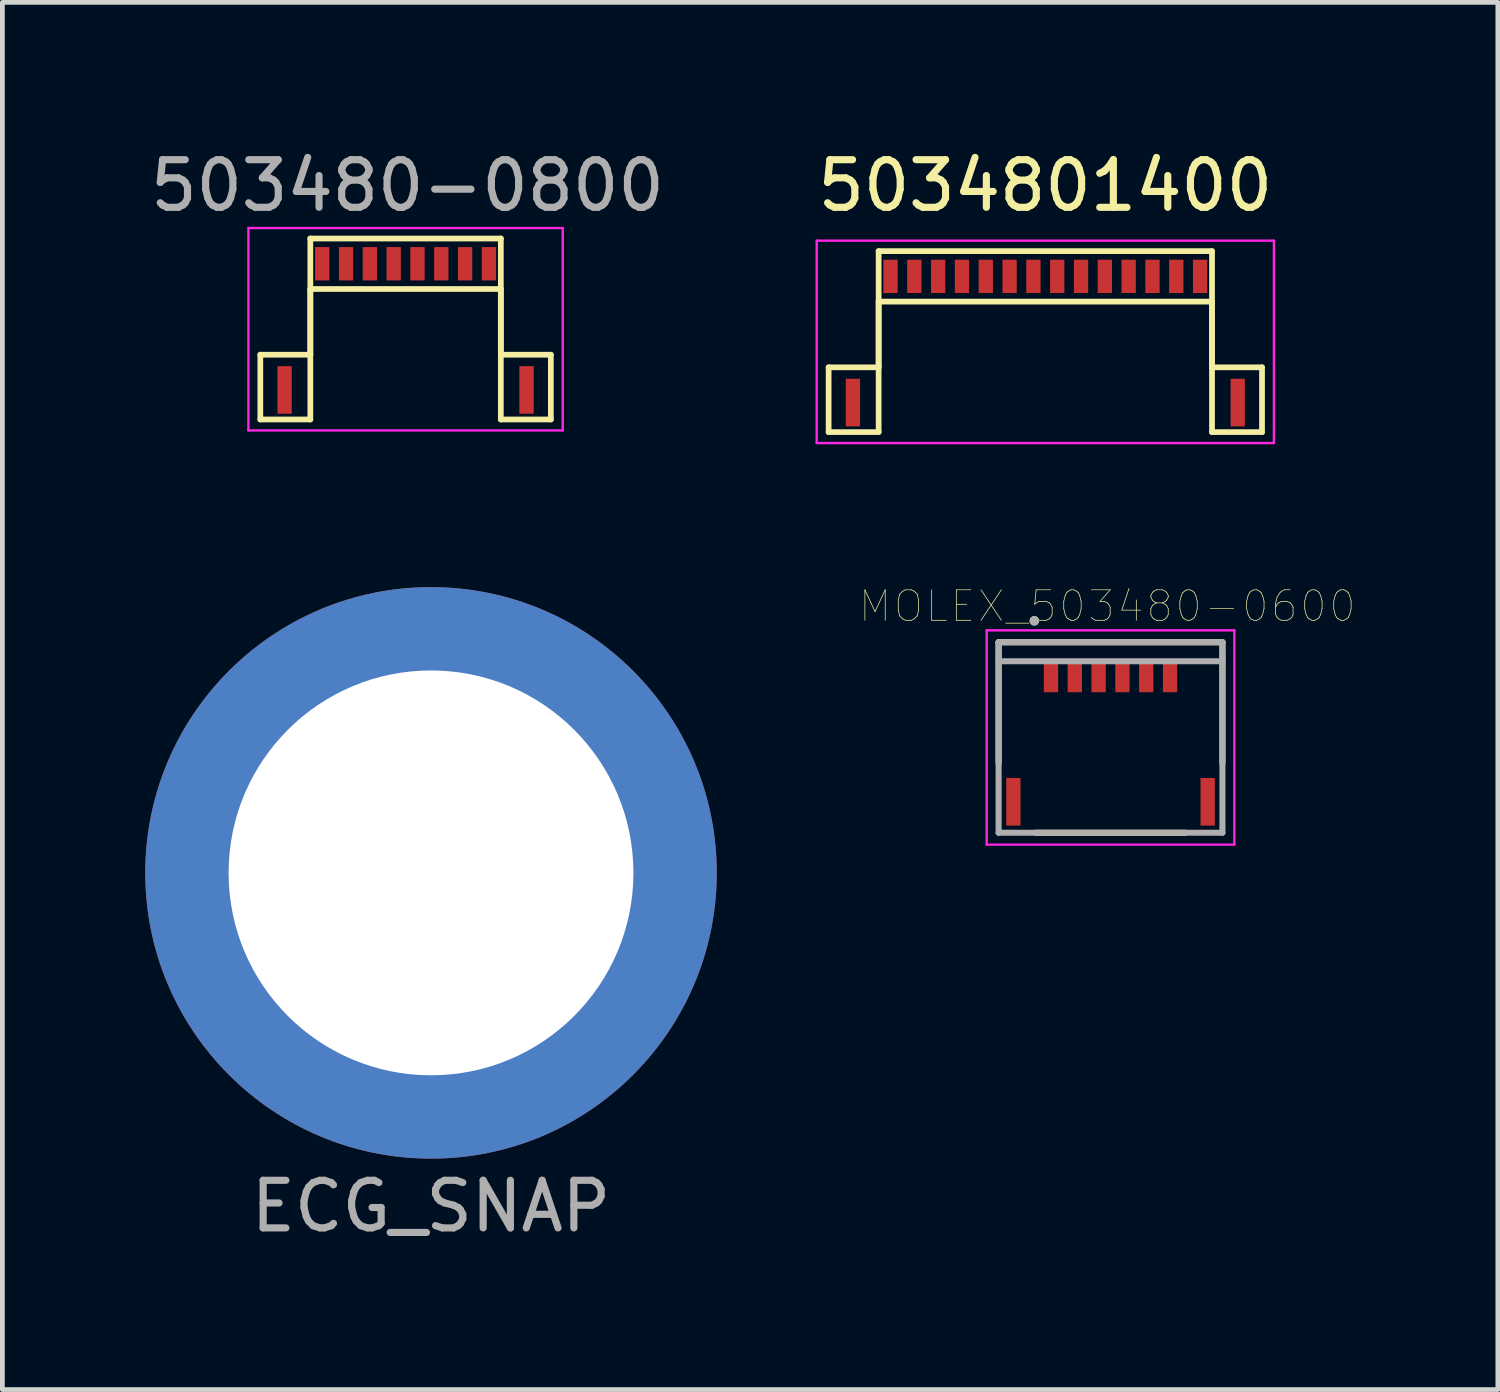
<source format=kicad_pcb>
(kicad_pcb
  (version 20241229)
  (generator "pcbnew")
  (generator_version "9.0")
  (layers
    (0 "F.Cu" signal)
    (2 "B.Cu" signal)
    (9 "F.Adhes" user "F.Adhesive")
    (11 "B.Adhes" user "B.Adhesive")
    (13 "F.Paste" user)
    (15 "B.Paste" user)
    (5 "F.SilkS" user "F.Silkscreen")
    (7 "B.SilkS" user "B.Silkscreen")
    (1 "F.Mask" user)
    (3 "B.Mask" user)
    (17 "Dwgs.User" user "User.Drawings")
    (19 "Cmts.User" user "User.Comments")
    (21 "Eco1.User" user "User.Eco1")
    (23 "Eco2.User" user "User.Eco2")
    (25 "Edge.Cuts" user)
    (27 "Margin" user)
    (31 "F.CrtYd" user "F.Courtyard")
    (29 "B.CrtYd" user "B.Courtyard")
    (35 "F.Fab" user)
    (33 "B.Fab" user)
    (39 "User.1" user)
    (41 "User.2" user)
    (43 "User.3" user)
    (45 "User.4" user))
  (footprint "ECG_SNAP"
    (layer "F.Cu")
    (at 6 15.278)
    (property "Reference" "ECG_SNAP" (at 0 7 180) (layer "F.Fab") (effects (font (size 1 1) (thickness 0.15))))
    (attr through_hole)
    (pad "1" thru_hole circle (at 0 0) (size 12 12) (drill 8.5) (layers "*.Cu" "*.Mask")))
  (footprint "503480-0800"
    (layer "F.Cu")
    (at 5.466 2.488)
    (property "Reference" "503480-0800" (at 0.04 -1.64 0) (layer "F.Fab") (effects (font (size 1 1) (thickness 0.15))))
    (attr smd)
    (fp_line (start -3.05 1.91) (end -2 1.91) (stroke (width 0.12) (type solid)) (layer "F.SilkS"))
    (fp_line (start -3.05 3.27) (end -3.05 1.91) (stroke (width 0.12) (type solid)) (layer "F.SilkS"))
    (fp_line (start -2 -0.53) (end 2 -0.53) (stroke (width 0.12) (type solid)) (layer "F.SilkS"))
    (fp_line (start -2 0.53) (end -2 3.27) (stroke (width 0.12) (type solid)) (layer "F.SilkS"))
    (fp_line (start -2 0.53) (end 2 0.53) (stroke (width 0.12) (type solid)) (layer "F.SilkS"))
    (fp_line (start -2 1.91) (end -2 -0.53) (stroke (width 0.12) (type solid)) (layer "F.SilkS"))
    (fp_line (start -2 3.27) (end -3.05 3.27) (stroke (width 0.12) (type solid)) (layer "F.SilkS"))
    (fp_line (start 2 0.53) (end 2 3.27) (stroke (width 0.12) (type solid)) (layer "F.SilkS"))
    (fp_line (start 2 1.91) (end 2 -0.53) (stroke (width 0.12) (type solid)) (layer "F.SilkS"))
    (fp_line (start 2 3.27) (end 3.05 3.27) (stroke (width 0.12) (type solid)) (layer "F.SilkS"))
    (fp_line (start 3.05 1.91) (end 2 1.91) (stroke (width 0.12) (type solid)) (layer "F.SilkS"))
    (fp_line (start 3.05 3.27) (end 3.05 1.91) (stroke (width 0.12) (type solid)) (layer "F.SilkS"))
    (fp_line (start -3.3 -0.75) (end -3.3 3.5) (stroke (width 0.05) (type solid)) (layer "F.CrtYd"))
    (fp_line (start -3.3 -0.75) (end 3.3 -0.75) (stroke (width 0.05) (type solid)) (layer "F.CrtYd"))
    (fp_line (start -3.3 3.5) (end 3.3 3.5) (stroke (width 0.05) (type solid)) (layer "F.CrtYd"))
    (fp_line (start 3.3 -0.75) (end 3.3 3.5) (stroke (width 0.05) (type solid)) (layer "F.CrtYd"))
    (pad "0" smd rect (at -2.54 2.65) (size 0.3 1) (layers "F.Cu" "F.Mask" "F.Paste"))
    (pad "0" smd rect (at 2.54 2.65) (size 0.3 1) (layers "F.Cu" "F.Mask" "F.Paste"))
    (pad "1" smd rect (at -1.75 0) (size 0.3 0.7) (layers "F.Cu" "F.Mask" "F.Paste"))
    (pad "2" smd rect (at -1.25 0) (size 0.3 0.7) (layers "F.Cu" "F.Mask" "F.Paste"))
    (pad "3" smd rect (at -0.75 0) (size 0.3 0.7) (layers "F.Cu" "F.Mask" "F.Paste"))
    (pad "4" smd rect (at -0.25 0) (size 0.3 0.7) (layers "F.Cu" "F.Mask" "F.Paste"))
    (pad "5" smd rect (at 0.25 0) (size 0.3 0.7) (layers "F.Cu" "F.Mask" "F.Paste"))
    (pad "6" smd rect (at 0.75 0) (size 0.3 0.7) (layers "F.Cu" "F.Mask" "F.Paste"))
    (pad "7" smd rect (at 1.25 0) (size 0.3 0.7) (layers "F.Cu" "F.Mask" "F.Paste"))
    (pad "8" smd rect (at 1.75 0) (size 0.3 0.7) (layers "F.Cu" "F.Mask" "F.Paste")))
  (footprint "5034801400"
    (layer "F.Cu")
    (at 18.899 2.753)
    (property "Reference" "5034801400" (at 0 -1.905 0) (layer "F.SilkS") (effects (font (size 1 1) (thickness 0.15))))
    (attr smd)
    (fp_line (start -4.55 1.91) (end -3.5 1.91) (stroke (width 0.12) (type solid)) (layer "F.SilkS"))
    (fp_line (start -4.55 3.27) (end -4.55 1.91) (stroke (width 0.12) (type solid)) (layer "F.SilkS"))
    (fp_line (start -3.5 -0.53) (end 3.5 -0.53) (stroke (width 0.12) (type solid)) (layer "F.SilkS"))
    (fp_line (start -3.5 0.53) (end -3.5 3.27) (stroke (width 0.12) (type solid)) (layer "F.SilkS"))
    (fp_line (start -3.5 0.53) (end 3.5 0.53) (stroke (width 0.12) (type solid)) (layer "F.SilkS"))
    (fp_line (start -3.5 1.91) (end -3.5 -0.53) (stroke (width 0.12) (type solid)) (layer "F.SilkS"))
    (fp_line (start -3.5 3.27) (end -4.55 3.27) (stroke (width 0.12) (type solid)) (layer "F.SilkS"))
    (fp_line (start 3.5 0.53) (end 3.5 3.27) (stroke (width 0.12) (type solid)) (layer "F.SilkS"))
    (fp_line (start 3.5 1.91) (end 3.5 -0.53) (stroke (width 0.12) (type solid)) (layer "F.SilkS"))
    (fp_line (start 3.5 3.27) (end 4.55 3.27) (stroke (width 0.12) (type solid)) (layer "F.SilkS"))
    (fp_line (start 4.55 1.91) (end 3.5 1.91) (stroke (width 0.12) (type solid)) (layer "F.SilkS"))
    (fp_line (start 4.55 3.27) (end 4.55 1.91) (stroke (width 0.12) (type solid)) (layer "F.SilkS"))
    (fp_line (start -4.8 -0.75) (end -4.8 3.5) (stroke (width 0.05) (type solid)) (layer "F.CrtYd"))
    (fp_line (start -4.8 -0.75) (end 4.8 -0.75) (stroke (width 0.05) (type solid)) (layer "F.CrtYd"))
    (fp_line (start -4.8 3.5) (end 4.8 3.5) (stroke (width 0.05) (type solid)) (layer "F.CrtYd"))
    (fp_line (start 4.8 -0.75) (end 4.8 3.5) (stroke (width 0.05) (type solid)) (layer "F.CrtYd"))
    (pad "1" smd rect (at -3.25 0) (size 0.3 0.7) (layers "F.Cu" "F.Mask" "F.Paste"))
    (pad "2" smd rect (at -2.75 0) (size 0.3 0.7) (layers "F.Cu" "F.Mask" "F.Paste"))
    (pad "3" smd rect (at -2.25 0) (size 0.3 0.7) (layers "F.Cu" "F.Mask" "F.Paste"))
    (pad "4" smd rect (at -1.75 0) (size 0.3 0.7) (layers "F.Cu" "F.Mask" "F.Paste"))
    (pad "5" smd rect (at -1.25 0) (size 0.3 0.7) (layers "F.Cu" "F.Mask" "F.Paste"))
    (pad "6" smd rect (at -0.75 0) (size 0.3 0.7) (layers "F.Cu" "F.Mask" "F.Paste"))
    (pad "7" smd rect (at -0.25 0) (size 0.3 0.7) (layers "F.Cu" "F.Mask" "F.Paste"))
    (pad "8" smd rect (at 0.25 0) (size 0.3 0.7) (layers "F.Cu" "F.Mask" "F.Paste"))
    (pad "9" smd rect (at 0.75 0) (size 0.3 0.7) (layers "F.Cu" "F.Mask" "F.Paste"))
    (pad "10" smd rect (at 1.25 0) (size 0.3 0.7) (layers "F.Cu" "F.Mask" "F.Paste"))
    (pad "11" smd rect (at 1.75 0) (size 0.3 0.7) (layers "F.Cu" "F.Mask" "F.Paste"))
    (pad "12" smd rect (at 2.25 0) (size 0.3 0.7) (layers "F.Cu" "F.Mask" "F.Paste"))
    (pad "13" smd rect (at 2.75 0) (size 0.3 0.7) (layers "F.Cu" "F.Mask" "F.Paste"))
    (pad "14" smd rect (at 3.25 0) (size 0.3 0.7) (layers "F.Cu" "F.Mask" "F.Paste"))
    (pad "SH" smd rect (at -4.04 2.65) (size 0.3 1) (layers "F.Cu" "F.Mask" "F.Paste"))
    (pad "SH" smd rect (at 4.04 2.65) (size 0.3 1) (layers "F.Cu" "F.Mask" "F.Paste")))
  (footprint "MOLEX_503480-0600"
    (layer "F.Cu")
    (at 20.268 12.535)
    (property "Reference" "MOLEX_503480-0600" (at -0.068 -2.856 0) (layer "F.SilkS") (effects (font (size 0.64 0.64) (thickness 0.015))))
    (attr through_hole)
    (fp_line (start -2.35 -2.1) (end -2.35 0.43) (stroke (width 0.127) (type solid)) (layer "F.SilkS"))
    (fp_line (start -2.35 -2.1) (end 2.35 -2.1) (stroke (width 0.127) (type solid)) (layer "F.SilkS"))
    (fp_line (start -1.57 1.9) (end 1.57 1.9) (stroke (width 0.127) (type solid)) (layer "F.SilkS"))
    (fp_line (start 2.35 -2.1) (end 2.35 0.43) (stroke (width 0.127) (type solid)) (layer "F.SilkS"))
    (fp_circle (center -1.6 -2.55) (end -1.55 -2.55) (stroke (width 0.1) (type solid)) (fill no) (layer "F.SilkS"))
    (fp_line (start -2.6 -2.35) (end -2.6 2.15) (stroke (width 0.05) (type solid)) (layer "F.CrtYd"))
    (fp_line (start -2.6 2.15) (end 2.6 2.15) (stroke (width 0.05) (type solid)) (layer "F.CrtYd"))
    (fp_line (start 2.6 -2.35) (end -2.6 -2.35) (stroke (width 0.05) (type solid)) (layer "F.CrtYd"))
    (fp_line (start 2.6 2.15) (end 2.6 -2.35) (stroke (width 0.05) (type solid)) (layer "F.CrtYd"))
    (fp_line (start -2.35 -2.1) (end 2.35 -2.1) (stroke (width 0.127) (type solid)) (layer "F.Fab"))
    (fp_line (start -2.35 -1.7) (end -2.35 -2.1) (stroke (width 0.127) (type solid)) (layer "F.Fab"))
    (fp_line (start -2.35 -1.7) (end 2.35 -1.7) (stroke (width 0.127) (type solid)) (layer "F.Fab"))
    (fp_line (start -2.35 1.9) (end -2.35 -1.7) (stroke (width 0.127) (type solid)) (layer "F.Fab"))
    (fp_line (start 2.35 -2.1) (end 2.35 -1.7) (stroke (width 0.127) (type solid)) (layer "F.Fab"))
    (fp_line (start 2.35 -1.7) (end 2.35 1.9) (stroke (width 0.127) (type solid)) (layer "F.Fab"))
    (fp_line (start 2.35 1.9) (end -2.35 1.9) (stroke (width 0.127) (type solid)) (layer "F.Fab"))
    (fp_circle (center -1.6 -2.55) (end -1.55 -2.55) (stroke (width 0.1) (type solid)) (fill no) (layer "F.Fab"))
    (pad "1" smd rect (at -1.25 -1.4) (size 0.3 0.7) (layers "F.Cu" "F.Mask" "F.Paste"))
    (pad "2" smd rect (at -0.75 -1.4) (size 0.3 0.7) (layers "F.Cu" "F.Mask" "F.Paste"))
    (pad "3" smd rect (at -0.25 -1.4) (size 0.3 0.7) (layers "F.Cu" "F.Mask" "F.Paste"))
    (pad "4" smd rect (at 0.25 -1.4) (size 0.3 0.7) (layers "F.Cu" "F.Mask" "F.Paste"))
    (pad "5" smd rect (at 0.75 -1.4) (size 0.3 0.7) (layers "F.Cu" "F.Mask" "F.Paste"))
    (pad "6" smd rect (at 1.25 -1.4) (size 0.3 0.7) (layers "F.Cu" "F.Mask" "F.Paste"))
    (pad "S1" smd rect (at -2.04 1.25) (size 0.3 1) (layers "F.Cu" "F.Mask" "F.Paste"))
    (pad "S2" smd rect (at 2.04 1.25) (size 0.3 1) (layers "F.Cu" "F.Mask" "F.Paste")))
  (gr_rect
    (start -3 -3)
    (end 28.401 26.127)
    (stroke (width 0.1) (type default))
    (fill no)
    (layer "Edge.Cuts")))
</source>
